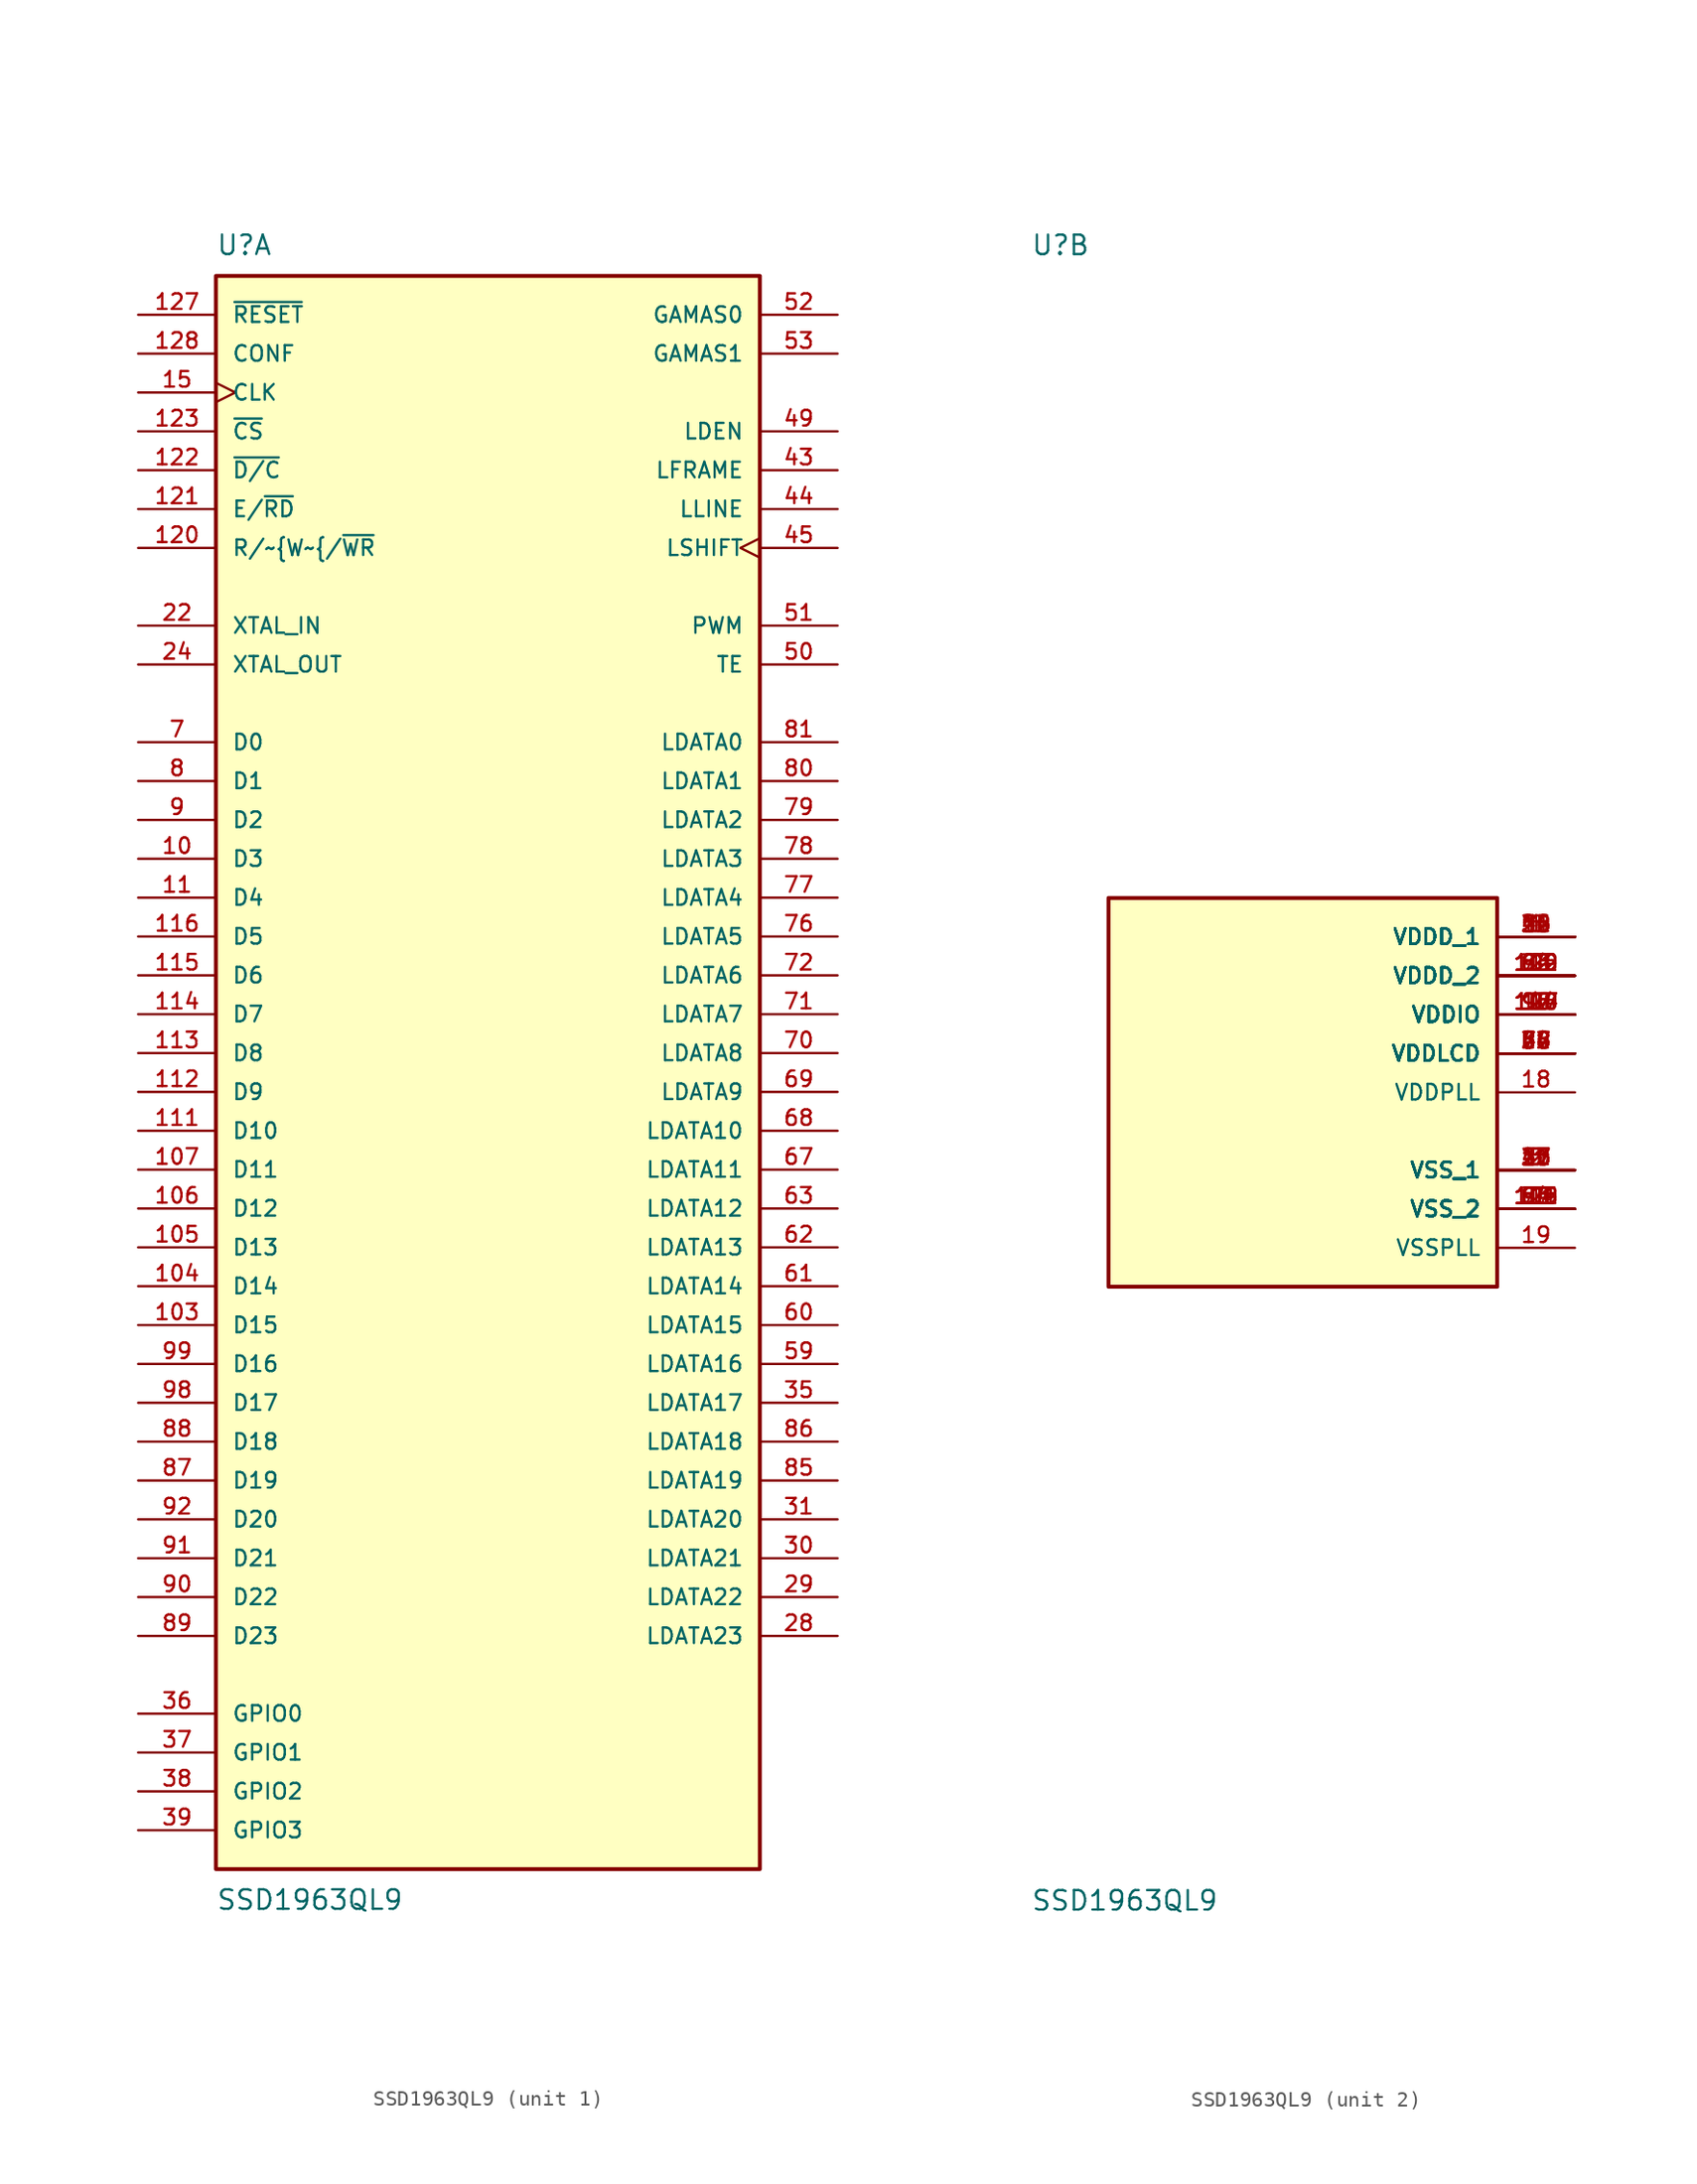
<source format=kicad_sym>
(kicad_symbol_lib
  (version 20220914)
  (generator kicad_symbol_editor)
  (symbol "SSD1963QL9"
    (pin_names
      (offset 1.016))
    (property "Reference" "U"
      (at -17.78 54.61 0)
      (effects (font (size 1.27 1.27)) (justify left bottom)))
    (property "Value" "SSD1963QL9"
      (at -17.78 -52.07 0)
      (effects (font (size 1.27 1.27)) (justify left top)))
    (symbol "SSD1963QL9_1_0"
      (rectangle (start -17.78 -50.8) (end 17.78 53.34) (stroke (width 0.254) (type default)) (fill (type background)))
      (pin bidirectional line (at -22.86 15.24 0) (length 5.08) (name "D3" (effects (font (size 1.016 1.016)))) (number "10" (effects (font (size 1.016 1.016)))))
      (pin bidirectional line (at -22.86 -15.24 0) (length 5.08) (name "D15" (effects (font (size 1.016 1.016)))) (number "103" (effects (font (size 1.016 1.016)))))
      (pin bidirectional line (at -22.86 -12.7 0) (length 5.08) (name "D14" (effects (font (size 1.016 1.016)))) (number "104" (effects (font (size 1.016 1.016)))))
      (pin bidirectional line (at -22.86 -10.16 0) (length 5.08) (name "D13" (effects (font (size 1.016 1.016)))) (number "105" (effects (font (size 1.016 1.016)))))
      (pin bidirectional line (at -22.86 -7.62 0) (length 5.08) (name "D12" (effects (font (size 1.016 1.016)))) (number "106" (effects (font (size 1.016 1.016)))))
      (pin bidirectional line (at -22.86 -5.08 0) (length 5.08) (name "D11" (effects (font (size 1.016 1.016)))) (number "107" (effects (font (size 1.016 1.016)))))
      (pin bidirectional line (at -22.86 12.7 0) (length 5.08) (name "D4" (effects (font (size 1.016 1.016)))) (number "11" (effects (font (size 1.016 1.016)))))
      (pin bidirectional line (at -22.86 -2.54 0) (length 5.08) (name "D10" (effects (font (size 1.016 1.016)))) (number "111" (effects (font (size 1.016 1.016)))))
      (pin bidirectional line (at -22.86 0 0) (length 5.08) (name "D9" (effects (font (size 1.016 1.016)))) (number "112" (effects (font (size 1.016 1.016)))))
      (pin bidirectional line (at -22.86 2.54 0) (length 5.08) (name "D8" (effects (font (size 1.016 1.016)))) (number "113" (effects (font (size 1.016 1.016)))))
      (pin bidirectional line (at -22.86 5.08 0) (length 5.08) (name "D7" (effects (font (size 1.016 1.016)))) (number "114" (effects (font (size 1.016 1.016)))))
      (pin bidirectional line (at -22.86 7.62 0) (length 5.08) (name "D6" (effects (font (size 1.016 1.016)))) (number "115" (effects (font (size 1.016 1.016)))))
      (pin bidirectional line (at -22.86 10.16 0) (length 5.08) (name "D5" (effects (font (size 1.016 1.016)))) (number "116" (effects (font (size 1.016 1.016)))))
      (pin input line (at -22.86 35.56 0) (length 5.08) (name "R/~{W~{/~{WR}" (effects (font (size 1.016 1.016)))) (number "120" (effects (font (size 1.016 1.016)))))
      (pin input line (at -22.86 38.1 0) (length 5.08) (name "E/~{RD}" (effects (font (size 1.016 1.016)))) (number "121" (effects (font (size 1.016 1.016)))))
      (pin input line (at -22.86 40.64 0) (length 5.08) (name "~{D/C}" (effects (font (size 1.016 1.016)))) (number "122" (effects (font (size 1.016 1.016)))))
      (pin input line (at -22.86 43.18 0) (length 5.08) (name "~{CS}" (effects (font (size 1.016 1.016)))) (number "123" (effects (font (size 1.016 1.016)))))
      (pin input line (at -22.86 50.8 0) (length 5.08) (name "~{RESET}" (effects (font (size 1.016 1.016)))) (number "127" (effects (font (size 1.016 1.016)))))
      (pin input line (at -22.86 48.26 0) (length 5.08) (name "CONF" (effects (font (size 1.016 1.016)))) (number "128" (effects (font (size 1.016 1.016)))))
      (pin input clock (at -22.86 45.72 0) (length 5.08) (name "CLK" (effects (font (size 1.016 1.016)))) (number "15" (effects (font (size 1.016 1.016)))))
      (pin input line (at -22.86 30.48 0) (length 5.08) (name "XTAL_IN" (effects (font (size 1.016 1.016)))) (number "22" (effects (font (size 1.016 1.016)))))
      (pin output line (at -22.86 27.94 0) (length 5.08) (name "XTAL_OUT" (effects (font (size 1.016 1.016)))) (number "24" (effects (font (size 1.016 1.016)))))
      (pin output line (at 22.86 -35.56 180) (length 5.08) (name "LDATA23" (effects (font (size 1.016 1.016)))) (number "28" (effects (font (size 1.016 1.016)))))
      (pin output line (at 22.86 -33.02 180) (length 5.08) (name "LDATA22" (effects (font (size 1.016 1.016)))) (number "29" (effects (font (size 1.016 1.016)))))
      (pin output line (at 22.86 -30.48 180) (length 5.08) (name "LDATA21" (effects (font (size 1.016 1.016)))) (number "30" (effects (font (size 1.016 1.016)))))
      (pin output line (at 22.86 -27.94 180) (length 5.08) (name "LDATA20" (effects (font (size 1.016 1.016)))) (number "31" (effects (font (size 1.016 1.016)))))
      (pin output line (at 22.86 -20.32 180) (length 5.08) (name "LDATA17" (effects (font (size 1.016 1.016)))) (number "35" (effects (font (size 1.016 1.016)))))
      (pin bidirectional line (at -22.86 -40.64 0) (length 5.08) (name "GPIO0" (effects (font (size 1.016 1.016)))) (number "36" (effects (font (size 1.016 1.016)))))
      (pin bidirectional line (at -22.86 -43.18 0) (length 5.08) (name "GPIO1" (effects (font (size 1.016 1.016)))) (number "37" (effects (font (size 1.016 1.016)))))
      (pin bidirectional line (at -22.86 -45.72 0) (length 5.08) (name "GPIO2" (effects (font (size 1.016 1.016)))) (number "38" (effects (font (size 1.016 1.016)))))
      (pin bidirectional line (at -22.86 -48.26 0) (length 5.08) (name "GPIO3" (effects (font (size 1.016 1.016)))) (number "39" (effects (font (size 1.016 1.016)))))
      (pin output line (at 22.86 40.64 180) (length 5.08) (name "LFRAME" (effects (font (size 1.016 1.016)))) (number "43" (effects (font (size 1.016 1.016)))))
      (pin output line (at 22.86 38.1 180) (length 5.08) (name "LLINE" (effects (font (size 1.016 1.016)))) (number "44" (effects (font (size 1.016 1.016)))))
      (pin output clock (at 22.86 35.56 180) (length 5.08) (name "LSHIFT" (effects (font (size 1.016 1.016)))) (number "45" (effects (font (size 1.016 1.016)))))
      (pin output line (at 22.86 43.18 180) (length 5.08) (name "LDEN" (effects (font (size 1.016 1.016)))) (number "49" (effects (font (size 1.016 1.016)))))
      (pin output line (at 22.86 27.94 180) (length 5.08) (name "TE" (effects (font (size 1.016 1.016)))) (number "50" (effects (font (size 1.016 1.016)))))
      (pin output line (at 22.86 30.48 180) (length 5.08) (name "PWM" (effects (font (size 1.016 1.016)))) (number "51" (effects (font (size 1.016 1.016)))))
      (pin output line (at 22.86 50.8 180) (length 5.08) (name "GAMAS0" (effects (font (size 1.016 1.016)))) (number "52" (effects (font (size 1.016 1.016)))))
      (pin output line (at 22.86 48.26 180) (length 5.08) (name "GAMAS1" (effects (font (size 1.016 1.016)))) (number "53" (effects (font (size 1.016 1.016)))))
      (pin output line (at 22.86 -17.78 180) (length 5.08) (name "LDATA16" (effects (font (size 1.016 1.016)))) (number "59" (effects (font (size 1.016 1.016)))))
      (pin output line (at 22.86 -15.24 180) (length 5.08) (name "LDATA15" (effects (font (size 1.016 1.016)))) (number "60" (effects (font (size 1.016 1.016)))))
      (pin output line (at 22.86 -12.7 180) (length 5.08) (name "LDATA14" (effects (font (size 1.016 1.016)))) (number "61" (effects (font (size 1.016 1.016)))))
      (pin output line (at 22.86 -10.16 180) (length 5.08) (name "LDATA13" (effects (font (size 1.016 1.016)))) (number "62" (effects (font (size 1.016 1.016)))))
      (pin output line (at 22.86 -7.62 180) (length 5.08) (name "LDATA12" (effects (font (size 1.016 1.016)))) (number "63" (effects (font (size 1.016 1.016)))))
      (pin output line (at 22.86 -5.08 180) (length 5.08) (name "LDATA11" (effects (font (size 1.016 1.016)))) (number "67" (effects (font (size 1.016 1.016)))))
      (pin output line (at 22.86 -2.54 180) (length 5.08) (name "LDATA10" (effects (font (size 1.016 1.016)))) (number "68" (effects (font (size 1.016 1.016)))))
      (pin output line (at 22.86 0 180) (length 5.08) (name "LDATA9" (effects (font (size 1.016 1.016)))) (number "69" (effects (font (size 1.016 1.016)))))
      (pin bidirectional line (at -22.86 22.86 0) (length 5.08) (name "D0" (effects (font (size 1.016 1.016)))) (number "7" (effects (font (size 1.016 1.016)))))
      (pin output line (at 22.86 2.54 180) (length 5.08) (name "LDATA8" (effects (font (size 1.016 1.016)))) (number "70" (effects (font (size 1.016 1.016)))))
      (pin output line (at 22.86 5.08 180) (length 5.08) (name "LDATA7" (effects (font (size 1.016 1.016)))) (number "71" (effects (font (size 1.016 1.016)))))
      (pin output line (at 22.86 7.62 180) (length 5.08) (name "LDATA6" (effects (font (size 1.016 1.016)))) (number "72" (effects (font (size 1.016 1.016)))))
      (pin output line (at 22.86 10.16 180) (length 5.08) (name "LDATA5" (effects (font (size 1.016 1.016)))) (number "76" (effects (font (size 1.016 1.016)))))
      (pin output line (at 22.86 12.7 180) (length 5.08) (name "LDATA4" (effects (font (size 1.016 1.016)))) (number "77" (effects (font (size 1.016 1.016)))))
      (pin output line (at 22.86 15.24 180) (length 5.08) (name "LDATA3" (effects (font (size 1.016 1.016)))) (number "78" (effects (font (size 1.016 1.016)))))
      (pin output line (at 22.86 17.78 180) (length 5.08) (name "LDATA2" (effects (font (size 1.016 1.016)))) (number "79" (effects (font (size 1.016 1.016)))))
      (pin bidirectional line (at -22.86 20.32 0) (length 5.08) (name "D1" (effects (font (size 1.016 1.016)))) (number "8" (effects (font (size 1.016 1.016)))))
      (pin output line (at 22.86 20.32 180) (length 5.08) (name "LDATA1" (effects (font (size 1.016 1.016)))) (number "80" (effects (font (size 1.016 1.016)))))
      (pin output line (at 22.86 22.86 180) (length 5.08) (name "LDATA0" (effects (font (size 1.016 1.016)))) (number "81" (effects (font (size 1.016 1.016)))))
      (pin output line (at 22.86 -25.4 180) (length 5.08) (name "LDATA19" (effects (font (size 1.016 1.016)))) (number "85" (effects (font (size 1.016 1.016)))))
      (pin output line (at 22.86 -22.86 180) (length 5.08) (name "LDATA18" (effects (font (size 1.016 1.016)))) (number "86" (effects (font (size 1.016 1.016)))))
      (pin bidirectional line (at -22.86 -25.4 0) (length 5.08) (name "D19" (effects (font (size 1.016 1.016)))) (number "87" (effects (font (size 1.016 1.016)))))
      (pin bidirectional line (at -22.86 -22.86 0) (length 5.08) (name "D18" (effects (font (size 1.016 1.016)))) (number "88" (effects (font (size 1.016 1.016)))))
      (pin bidirectional line (at -22.86 -35.56 0) (length 5.08) (name "D23" (effects (font (size 1.016 1.016)))) (number "89" (effects (font (size 1.016 1.016)))))
      (pin bidirectional line (at -22.86 17.78 0) (length 5.08) (name "D2" (effects (font (size 1.016 1.016)))) (number "9" (effects (font (size 1.016 1.016)))))
      (pin bidirectional line (at -22.86 -33.02 0) (length 5.08) (name "D22" (effects (font (size 1.016 1.016)))) (number "90" (effects (font (size 1.016 1.016)))))
      (pin bidirectional line (at -22.86 -30.48 0) (length 5.08) (name "D21" (effects (font (size 1.016 1.016)))) (number "91" (effects (font (size 1.016 1.016)))))
      (pin bidirectional line (at -22.86 -27.94 0) (length 5.08) (name "D20" (effects (font (size 1.016 1.016)))) (number "92" (effects (font (size 1.016 1.016)))))
      (pin bidirectional line (at -22.86 -20.32 0) (length 5.08) (name "D17" (effects (font (size 1.016 1.016)))) (number "98" (effects (font (size 1.016 1.016)))))
      (pin bidirectional line (at -22.86 -17.78 0) (length 5.08) (name "D16" (effects (font (size 1.016 1.016)))) (number "99" (effects (font (size 1.016 1.016))))))
    (symbol "SSD1963QL9_2_0"
      (rectangle (start -12.7 -12.7) (end 12.7 12.7) (stroke (width 0.254) (type default)) (fill (type background)))
      (pin power_in line (at 17.78 10.16 180) (length 5.08) (name "VDDD_1" (effects (font (size 1.016 1.016)))) (number "1" (effects (font (size 1.016 1.016)))))
      (pin power_in line (at 17.78 5.08 180) (length 5.08) (name "VDDIO" (effects (font (size 1.016 1.016)))) (number "100" (effects (font (size 1.016 1.016)))))
      (pin power_in line (at 17.78 -7.62 180) (length 5.08) (name "VSS_2" (effects (font (size 1.016 1.016)))) (number "101" (effects (font (size 1.016 1.016)))))
      (pin power_in line (at 17.78 7.62 180) (length 5.08) (name "VDDD_2" (effects (font (size 1.016 1.016)))) (number "102" (effects (font (size 1.016 1.016)))))
      (pin power_in line (at 17.78 5.08 180) (length 5.08) (name "VDDIO" (effects (font (size 1.016 1.016)))) (number "108" (effects (font (size 1.016 1.016)))))
      (pin power_in line (at 17.78 -7.62 180) (length 5.08) (name "VSS_2" (effects (font (size 1.016 1.016)))) (number "109" (effects (font (size 1.016 1.016)))))
      (pin power_in line (at 17.78 7.62 180) (length 5.08) (name "VDDD_2" (effects (font (size 1.016 1.016)))) (number "110" (effects (font (size 1.016 1.016)))))
      (pin power_in line (at 17.78 5.08 180) (length 5.08) (name "VDDIO" (effects (font (size 1.016 1.016)))) (number "117" (effects (font (size 1.016 1.016)))))
      (pin power_in line (at 17.78 -7.62 180) (length 5.08) (name "VSS_2" (effects (font (size 1.016 1.016)))) (number "118" (effects (font (size 1.016 1.016)))))
      (pin power_in line (at 17.78 7.62 180) (length 5.08) (name "VDDD_2" (effects (font (size 1.016 1.016)))) (number "119" (effects (font (size 1.016 1.016)))))
      (pin power_in line (at 17.78 5.08 180) (length 5.08) (name "VDDIO" (effects (font (size 1.016 1.016)))) (number "12" (effects (font (size 1.016 1.016)))))
      (pin power_in line (at 17.78 5.08 180) (length 5.08) (name "VDDIO" (effects (font (size 1.016 1.016)))) (number "124" (effects (font (size 1.016 1.016)))))
      (pin power_in line (at 17.78 -7.62 180) (length 5.08) (name "VSS_2" (effects (font (size 1.016 1.016)))) (number "125" (effects (font (size 1.016 1.016)))))
      (pin power_in line (at 17.78 7.62 180) (length 5.08) (name "VDDD_2" (effects (font (size 1.016 1.016)))) (number "126" (effects (font (size 1.016 1.016)))))
      (pin power_in line (at 17.78 -5.08 180) (length 5.08) (name "VSS_1" (effects (font (size 1.016 1.016)))) (number "13" (effects (font (size 1.016 1.016)))))
      (pin power_in line (at 17.78 10.16 180) (length 5.08) (name "VDDD_1" (effects (font (size 1.016 1.016)))) (number "14" (effects (font (size 1.016 1.016)))))
      (pin power_in line (at 17.78 5.08 180) (length 5.08) (name "VDDIO" (effects (font (size 1.016 1.016)))) (number "16" (effects (font (size 1.016 1.016)))))
      (pin power_in line (at 17.78 -5.08 180) (length 5.08) (name "VSS_1" (effects (font (size 1.016 1.016)))) (number "17" (effects (font (size 1.016 1.016)))))
      (pin power_in line (at 17.78 0 180) (length 5.08) (name "VDDPLL" (effects (font (size 1.016 1.016)))) (number "18" (effects (font (size 1.016 1.016)))))
      (pin power_in line (at 17.78 -10.16 180) (length 5.08) (name "VSSPLL" (effects (font (size 1.016 1.016)))) (number "19" (effects (font (size 1.016 1.016)))))
      (pin power_in line (at 17.78 -5.08 180) (length 5.08) (name "VSS_1" (effects (font (size 1.016 1.016)))) (number "2" (effects (font (size 1.016 1.016)))))
      (pin power_in line (at 17.78 -5.08 180) (length 5.08) (name "VSS_1" (effects (font (size 1.016 1.016)))) (number "20" (effects (font (size 1.016 1.016)))))
      (pin power_in line (at 17.78 10.16 180) (length 5.08) (name "VDDD_1" (effects (font (size 1.016 1.016)))) (number "21" (effects (font (size 1.016 1.016)))))
      (pin power_in line (at 17.78 -5.08 180) (length 5.08) (name "VSS_1" (effects (font (size 1.016 1.016)))) (number "23" (effects (font (size 1.016 1.016)))))
      (pin power_in line (at 17.78 10.16 180) (length 5.08) (name "VDDD_1" (effects (font (size 1.016 1.016)))) (number "25" (effects (font (size 1.016 1.016)))))
      (pin power_in line (at 17.78 -5.08 180) (length 5.08) (name "VSS_1" (effects (font (size 1.016 1.016)))) (number "26" (effects (font (size 1.016 1.016)))))
      (pin power_in line (at 17.78 2.54 180) (length 5.08) (name "VDDLCD" (effects (font (size 1.016 1.016)))) (number "27" (effects (font (size 1.016 1.016)))))
      (pin power_in line (at 17.78 -5.08 180) (length 5.08) (name "VSS_1" (effects (font (size 1.016 1.016)))) (number "3" (effects (font (size 1.016 1.016)))))
      (pin power_in line (at 17.78 10.16 180) (length 5.08) (name "VDDD_1" (effects (font (size 1.016 1.016)))) (number "32" (effects (font (size 1.016 1.016)))))
      (pin power_in line (at 17.78 -5.08 180) (length 5.08) (name "VSS_1" (effects (font (size 1.016 1.016)))) (number "33" (effects (font (size 1.016 1.016)))))
      (pin power_in line (at 17.78 2.54 180) (length 5.08) (name "VDDLCD" (effects (font (size 1.016 1.016)))) (number "34" (effects (font (size 1.016 1.016)))))
      (pin power_in line (at 17.78 5.08 180) (length 5.08) (name "VDDIO" (effects (font (size 1.016 1.016)))) (number "4" (effects (font (size 1.016 1.016)))))
      (pin power_in line (at 17.78 10.16 180) (length 5.08) (name "VDDD_1" (effects (font (size 1.016 1.016)))) (number "40" (effects (font (size 1.016 1.016)))))
      (pin power_in line (at 17.78 -5.08 180) (length 5.08) (name "VSS_1" (effects (font (size 1.016 1.016)))) (number "41" (effects (font (size 1.016 1.016)))))
      (pin power_in line (at 17.78 2.54 180) (length 5.08) (name "VDDLCD" (effects (font (size 1.016 1.016)))) (number "42" (effects (font (size 1.016 1.016)))))
      (pin power_in line (at 17.78 10.16 180) (length 5.08) (name "VDDD_1" (effects (font (size 1.016 1.016)))) (number "46" (effects (font (size 1.016 1.016)))))
      (pin power_in line (at 17.78 -5.08 180) (length 5.08) (name "VSS_1" (effects (font (size 1.016 1.016)))) (number "47" (effects (font (size 1.016 1.016)))))
      (pin power_in line (at 17.78 2.54 180) (length 5.08) (name "VDDLCD" (effects (font (size 1.016 1.016)))) (number "48" (effects (font (size 1.016 1.016)))))
      (pin power_in line (at 17.78 -5.08 180) (length 5.08) (name "VSS_1" (effects (font (size 1.016 1.016)))) (number "5" (effects (font (size 1.016 1.016)))))
      (pin power_in line (at 17.78 2.54 180) (length 5.08) (name "VDDLCD" (effects (font (size 1.016 1.016)))) (number "54" (effects (font (size 1.016 1.016)))))
      (pin power_in line (at 17.78 -7.62 180) (length 5.08) (name "VSS_2" (effects (font (size 1.016 1.016)))) (number "55" (effects (font (size 1.016 1.016)))))
      (pin power_in line (at 17.78 10.16 180) (length 5.08) (name "VDDD_1" (effects (font (size 1.016 1.016)))) (number "56" (effects (font (size 1.016 1.016)))))
      (pin power_in line (at 17.78 -7.62 180) (length 5.08) (name "VSS_2" (effects (font (size 1.016 1.016)))) (number "57" (effects (font (size 1.016 1.016)))))
      (pin power_in line (at 17.78 2.54 180) (length 5.08) (name "VDDLCD" (effects (font (size 1.016 1.016)))) (number "58" (effects (font (size 1.016 1.016)))))
      (pin power_in line (at 17.78 10.16 180) (length 5.08) (name "VDDD_1" (effects (font (size 1.016 1.016)))) (number "6" (effects (font (size 1.016 1.016)))))
      (pin power_in line (at 17.78 7.62 180) (length 5.08) (name "VDDD_2" (effects (font (size 1.016 1.016)))) (number "64" (effects (font (size 1.016 1.016)))))
      (pin power_in line (at 17.78 -7.62 180) (length 5.08) (name "VSS_2" (effects (font (size 1.016 1.016)))) (number "65" (effects (font (size 1.016 1.016)))))
      (pin power_in line (at 17.78 2.54 180) (length 5.08) (name "VDDLCD" (effects (font (size 1.016 1.016)))) (number "66" (effects (font (size 1.016 1.016)))))
      (pin power_in line (at 17.78 7.62 180) (length 5.08) (name "VDDD_2" (effects (font (size 1.016 1.016)))) (number "73" (effects (font (size 1.016 1.016)))))
      (pin power_in line (at 17.78 -7.62 180) (length 5.08) (name "VSS_2" (effects (font (size 1.016 1.016)))) (number "74" (effects (font (size 1.016 1.016)))))
      (pin power_in line (at 17.78 2.54 180) (length 5.08) (name "VDDLCD" (effects (font (size 1.016 1.016)))) (number "75" (effects (font (size 1.016 1.016)))))
      (pin power_in line (at 17.78 7.62 180) (length 5.08) (name "VDDD_2" (effects (font (size 1.016 1.016)))) (number "82" (effects (font (size 1.016 1.016)))))
      (pin power_in line (at 17.78 -7.62 180) (length 5.08) (name "VSS_2" (effects (font (size 1.016 1.016)))) (number "83" (effects (font (size 1.016 1.016)))))
      (pin power_in line (at 17.78 2.54 180) (length 5.08) (name "VDDLCD" (effects (font (size 1.016 1.016)))) (number "84" (effects (font (size 1.016 1.016)))))
      (pin power_in line (at 17.78 7.62 180) (length 5.08) (name "VDDD_2" (effects (font (size 1.016 1.016)))) (number "93" (effects (font (size 1.016 1.016)))))
      (pin power_in line (at 17.78 -7.62 180) (length 5.08) (name "VSS_2" (effects (font (size 1.016 1.016)))) (number "94" (effects (font (size 1.016 1.016)))))
      (pin power_in line (at 17.78 5.08 180) (length 5.08) (name "VDDIO" (effects (font (size 1.016 1.016)))) (number "95" (effects (font (size 1.016 1.016)))))
      (pin power_in line (at 17.78 -7.62 180) (length 5.08) (name "VSS_2" (effects (font (size 1.016 1.016)))) (number "96" (effects (font (size 1.016 1.016)))))
      (pin power_in line (at 17.78 5.08 180) (length 5.08) (name "VDDIO" (effects (font (size 1.016 1.016)))) (number "97" (effects (font (size 1.016 1.016))))))))
</source>
